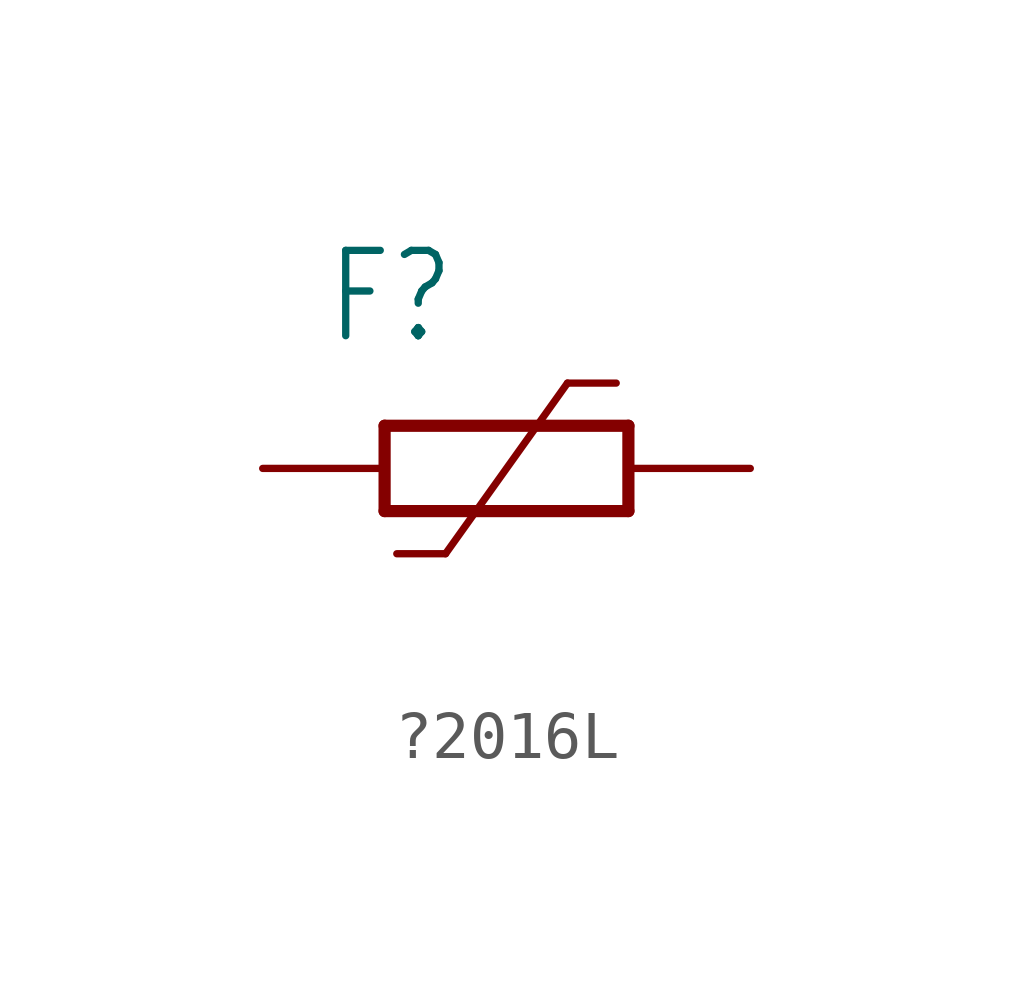
<source format=kicad_sym>
(kicad_symbol_lib
  (version 20231120)
  (generator "kicad_symbol_editor")
  (generator_version "8.0")
  (symbol "?2016L"
    (property "Reference" "F"
      (at -3.81 2.54 0)
      (effects (font (size 1.778 1.511)) (justify left bottom)))
    (property "Value" ""
      (at -3.81 -3.81 0)
      (effects (font (size 1.778 1.511)) (justify left bottom)))
    (property "ki_locked" ""
      (at 0 0 0)
      (effects (font (size 1.27 1.27))))
    (symbol "?2016L_1_0"
      (polyline (pts (xy -2.54 -0.889) (xy 2.54 -0.889)) (stroke (width 0.254) (type solid)) (fill (type none)))
      (polyline (pts (xy -2.54 0.889) (xy -2.54 -0.889)) (stroke (width 0.254) (type solid)) (fill (type none)))
      (polyline (pts (xy -1.27 -1.778) (xy -2.286 -1.778)) (stroke (width 0.152) (type solid)) (fill (type none)))
      (polyline (pts (xy 1.27 1.778) (xy -1.27 -1.778)) (stroke (width 0.152) (type solid)) (fill (type none)))
      (polyline (pts (xy 1.27 1.778) (xy 2.286 1.778)) (stroke (width 0.152) (type solid)) (fill (type none)))
      (polyline (pts (xy 2.54 0.889) (xy -2.54 0.889)) (stroke (width 0.254) (type solid)) (fill (type none)))
      (polyline (pts (xy 2.54 0.889) (xy 2.54 -0.889)) (stroke (width 0.254) (type solid)) (fill (type none)))
      (pin passive line (at 5.08 0 180) (length 2.54) (name "1" (effects (font (size 0 0)))) (number "1" (effects (font (size 0 0)))))
      (pin passive line (at -5.08 0 0) (length 2.54) (name "2" (effects (font (size 0 0)))) (number "2" (effects (font (size 0 0))))))))
</source>
